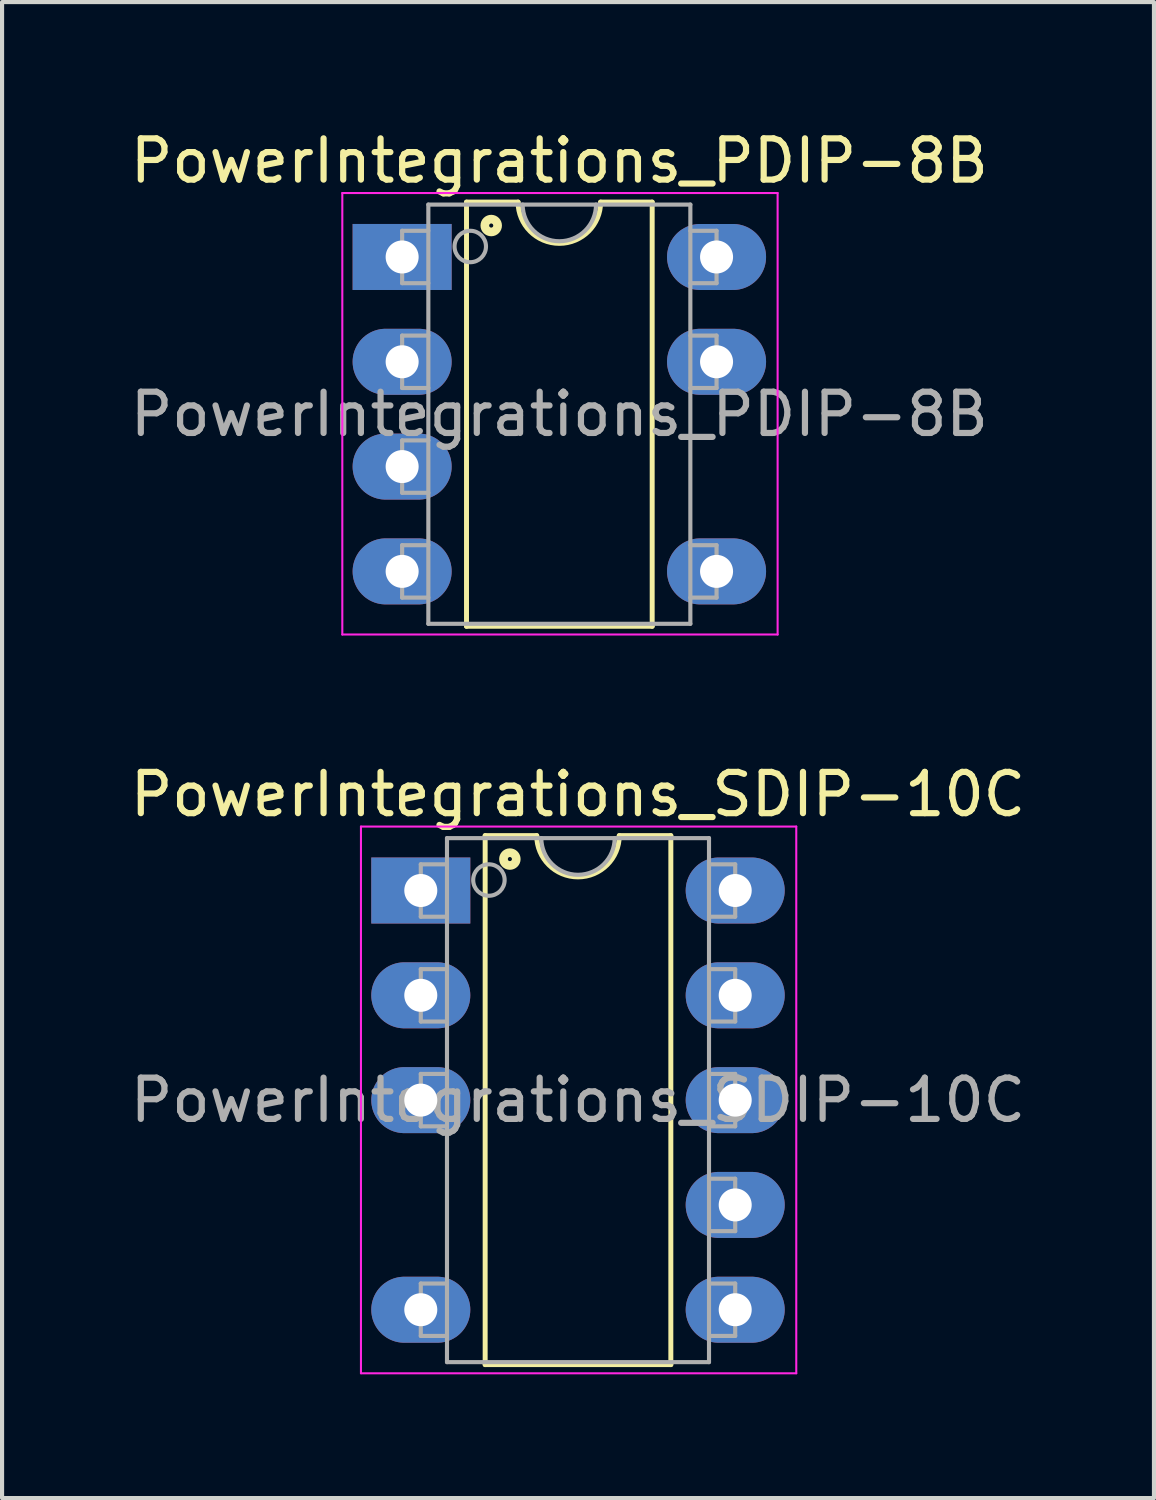
<source format=kicad_pcb>
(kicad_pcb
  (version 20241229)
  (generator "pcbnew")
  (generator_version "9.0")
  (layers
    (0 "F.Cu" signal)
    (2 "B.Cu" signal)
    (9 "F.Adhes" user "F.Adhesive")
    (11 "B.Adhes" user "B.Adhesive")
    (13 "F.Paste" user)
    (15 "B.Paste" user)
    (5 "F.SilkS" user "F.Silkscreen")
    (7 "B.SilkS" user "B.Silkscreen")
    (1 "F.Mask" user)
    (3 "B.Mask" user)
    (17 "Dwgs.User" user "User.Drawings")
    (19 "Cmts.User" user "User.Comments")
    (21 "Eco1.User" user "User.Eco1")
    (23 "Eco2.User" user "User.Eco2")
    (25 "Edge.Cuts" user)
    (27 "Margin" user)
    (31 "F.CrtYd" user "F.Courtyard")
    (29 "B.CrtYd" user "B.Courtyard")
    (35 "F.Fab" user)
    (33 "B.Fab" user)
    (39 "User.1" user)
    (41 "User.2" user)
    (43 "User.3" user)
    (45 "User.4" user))
  (footprint "PowerIntegrations_SDIP-10C"
    (layer "F.Cu")
    (at 7.148 18.532)
    (property "Reference" "PowerIntegrations_SDIP-10C" (at 3.81 -2.33 0) (layer "F.SilkS") (effects (font (size 1 1) (thickness 0.15))))
    (attr through_hole)
    (fp_line (start 1.56 -1.33) (end 1.56 11.49) (stroke (width 0.12) (type solid)) (layer "F.SilkS"))
    (fp_line (start 1.56 11.49) (end 6.06 11.49) (stroke (width 0.12) (type solid)) (layer "F.SilkS"))
    (fp_line (start 2.81 -1.33) (end 1.56 -1.33) (stroke (width 0.12) (type solid)) (layer "F.SilkS"))
    (fp_line (start 6.06 -1.33) (end 4.81 -1.33) (stroke (width 0.12) (type solid)) (layer "F.SilkS"))
    (fp_line (start 6.06 11.49) (end 6.06 -1.33) (stroke (width 0.12) (type solid)) (layer "F.SilkS"))
    (fp_arc (start 4.81 -1.33) (mid 3.81 -0.33) (end 2.81 -1.33) (stroke (width 0.12) (type solid)) (layer "F.SilkS"))
    (fp_circle (center 2.159 -0.762) (end 2.209 -0.762) (stroke (width 0.12) (type solid)) (fill no) (layer "F.SilkS"))
    (fp_circle (center 2.159 -0.762) (end 2.284 -0.762) (stroke (width 0.12) (type solid)) (fill no) (layer "F.SilkS"))
    (fp_circle (center 2.159 -0.762) (end 2.359 -0.762) (stroke (width 0.12) (type solid)) (fill no) (layer "F.SilkS"))
    (fp_line (start -1.45 -1.55) (end -1.45 11.7) (stroke (width 0.05) (type solid)) (layer "F.CrtYd"))
    (fp_line (start -1.45 11.7) (end 9.1 11.7) (stroke (width 0.05) (type solid)) (layer "F.CrtYd"))
    (fp_line (start 9.1 -1.55) (end -1.45 -1.55) (stroke (width 0.05) (type solid)) (layer "F.CrtYd"))
    (fp_line (start 9.1 11.7) (end 9.1 -1.55) (stroke (width 0.05) (type solid)) (layer "F.CrtYd"))
    (fp_line (start 0 -0.635) (end 0 0.635) (stroke (width 0.1) (type solid)) (layer "F.Fab"))
    (fp_line (start 0 -0.635) (end 0.635 -0.635) (stroke (width 0.1) (type solid)) (layer "F.Fab"))
    (fp_line (start 0 0.635) (end 0.635 0.635) (stroke (width 0.1) (type solid)) (layer "F.Fab"))
    (fp_line (start 0 1.905) (end 0 3.175) (stroke (width 0.1) (type solid)) (layer "F.Fab"))
    (fp_line (start 0 1.905) (end 0.635 1.905) (stroke (width 0.1) (type solid)) (layer "F.Fab"))
    (fp_line (start 0 3.175) (end 0.635 3.175) (stroke (width 0.1) (type solid)) (layer "F.Fab"))
    (fp_line (start 0 4.445) (end 0 5.715) (stroke (width 0.1) (type solid)) (layer "F.Fab"))
    (fp_line (start 0 4.445) (end 0.635 4.445) (stroke (width 0.1) (type solid)) (layer "F.Fab"))
    (fp_line (start 0 5.715) (end 0.635 5.715) (stroke (width 0.1) (type solid)) (layer "F.Fab"))
    (fp_line (start 0 9.525) (end 0 10.795) (stroke (width 0.1) (type solid)) (layer "F.Fab"))
    (fp_line (start 0 9.525) (end 0.635 9.525) (stroke (width 0.1) (type solid)) (layer "F.Fab"))
    (fp_line (start 0 10.795) (end 0.635 10.795) (stroke (width 0.1) (type solid)) (layer "F.Fab"))
    (fp_line (start 0.635 -1.27) (end 6.985 -1.27) (stroke (width 0.1) (type solid)) (layer "F.Fab"))
    (fp_line (start 0.635 11.43) (end 0.635 -1.27) (stroke (width 0.1) (type solid)) (layer "F.Fab"))
    (fp_line (start 6.985 -1.27) (end 6.985 11.43) (stroke (width 0.1) (type solid)) (layer "F.Fab"))
    (fp_line (start 6.985 11.43) (end 0.635 11.43) (stroke (width 0.1) (type solid)) (layer "F.Fab"))
    (fp_line (start 7.62 -0.635) (end 6.985 -0.635) (stroke (width 0.1) (type solid)) (layer "F.Fab"))
    (fp_line (start 7.62 0.635) (end 6.985 0.635) (stroke (width 0.1) (type solid)) (layer "F.Fab"))
    (fp_line (start 7.62 0.635) (end 7.62 -0.635) (stroke (width 0.1) (type solid)) (layer "F.Fab"))
    (fp_line (start 7.62 1.905) (end 6.985 1.905) (stroke (width 0.1) (type solid)) (layer "F.Fab"))
    (fp_line (start 7.62 3.175) (end 6.985 3.175) (stroke (width 0.1) (type solid)) (layer "F.Fab"))
    (fp_line (start 7.62 3.175) (end 7.62 1.905) (stroke (width 0.1) (type solid)) (layer "F.Fab"))
    (fp_line (start 7.62 4.445) (end 6.985 4.445) (stroke (width 0.1) (type solid)) (layer "F.Fab"))
    (fp_line (start 7.62 5.715) (end 6.985 5.715) (stroke (width 0.1) (type solid)) (layer "F.Fab"))
    (fp_line (start 7.62 5.715) (end 7.62 4.445) (stroke (width 0.1) (type solid)) (layer "F.Fab"))
    (fp_line (start 7.62 6.985) (end 6.985 6.985) (stroke (width 0.1) (type solid)) (layer "F.Fab"))
    (fp_line (start 7.62 8.255) (end 6.985 8.255) (stroke (width 0.1) (type solid)) (layer "F.Fab"))
    (fp_line (start 7.62 8.255) (end 7.62 6.985) (stroke (width 0.1) (type solid)) (layer "F.Fab"))
    (fp_line (start 7.62 9.525) (end 6.985 9.525) (stroke (width 0.1) (type solid)) (layer "F.Fab"))
    (fp_line (start 7.62 10.795) (end 6.985 10.795) (stroke (width 0.1) (type solid)) (layer "F.Fab"))
    (fp_line (start 7.62 10.795) (end 7.62 9.525) (stroke (width 0.1) (type solid)) (layer "F.Fab"))
    (fp_arc (start 4.699 -1.27) (mid 3.81 -0.381) (end 2.921 -1.27) (stroke (width 0.1) (type solid)) (layer "F.Fab"))
    (fp_circle (center 1.651 -0.254) (end 2.032 -0.254) (stroke (width 0.1) (type solid)) (fill no) (layer "F.Fab"))
    (fp_text user "${REFERENCE}" (at 3.81 5.08 0) (layer "F.Fab") (effects (font (size 1 1) (thickness 0.15))))
    (pad "1" thru_hole rect (at 0 0) (size 2.4 1.6) (drill 0.8) (layers "*.Cu" "*.Mask"))
    (pad "2" thru_hole oval (at 0 2.54) (size 2.4 1.6) (drill 0.8) (layers "*.Cu" "*.Mask"))
    (pad "3" thru_hole oval (at 0 5.08) (size 2.4 1.6) (drill 0.8) (layers "*.Cu" "*.Mask"))
    (pad "5" thru_hole oval (at 0 10.16) (size 2.4 1.6) (drill 0.8) (layers "*.Cu" "*.Mask"))
    (pad "6" thru_hole oval (at 7.62 10.16) (size 2.4 1.6) (drill 0.8) (layers "*.Cu" "*.Mask"))
    (pad "7" thru_hole oval (at 7.62 7.62) (size 2.4 1.6) (drill 0.8) (layers "*.Cu" "*.Mask"))
    (pad "8" thru_hole oval (at 7.62 5.08) (size 2.4 1.6) (drill 0.8) (layers "*.Cu" "*.Mask"))
    (pad "9" thru_hole oval (at 7.62 2.54) (size 2.4 1.6) (drill 0.8) (layers "*.Cu" "*.Mask"))
    (pad "10" thru_hole oval (at 7.62 0) (size 2.4 1.6) (drill 0.8) (layers "*.Cu" "*.Mask")))
  (footprint "PowerIntegrations_PDIP-8B"
    (layer "F.Cu")
    (at 6.696 3.178)
    (property "Reference" "PowerIntegrations_PDIP-8B" (at 3.81 -2.33 0) (layer "F.SilkS") (effects (font (size 1 1) (thickness 0.15))))
    (attr through_hole)
    (fp_line (start 1.56 -1.33) (end 1.56 8.95) (stroke (width 0.12) (type solid)) (layer "F.SilkS"))
    (fp_line (start 1.56 8.95) (end 6.06 8.95) (stroke (width 0.12) (type solid)) (layer "F.SilkS"))
    (fp_line (start 2.81 -1.33) (end 1.56 -1.33) (stroke (width 0.12) (type solid)) (layer "F.SilkS"))
    (fp_line (start 6.06 -1.33) (end 4.81 -1.33) (stroke (width 0.12) (type solid)) (layer "F.SilkS"))
    (fp_line (start 6.06 8.95) (end 6.06 -1.33) (stroke (width 0.12) (type solid)) (layer "F.SilkS"))
    (fp_arc (start 4.81 -1.33) (mid 3.81 -0.33) (end 2.81 -1.33) (stroke (width 0.12) (type solid)) (layer "F.SilkS"))
    (fp_circle (center 2.159 -0.762) (end 2.209 -0.762) (stroke (width 0.12) (type solid)) (fill no) (layer "F.SilkS"))
    (fp_circle (center 2.159 -0.762) (end 2.284 -0.762) (stroke (width 0.12) (type solid)) (fill no) (layer "F.SilkS"))
    (fp_circle (center 2.159 -0.762) (end 2.359 -0.762) (stroke (width 0.12) (type solid)) (fill no) (layer "F.SilkS"))
    (fp_line (start -1.45 -1.55) (end -1.45 9.15) (stroke (width 0.05) (type solid)) (layer "F.CrtYd"))
    (fp_line (start -1.45 9.15) (end 9.1 9.15) (stroke (width 0.05) (type solid)) (layer "F.CrtYd"))
    (fp_line (start 9.1 -1.55) (end -1.45 -1.55) (stroke (width 0.05) (type solid)) (layer "F.CrtYd"))
    (fp_line (start 9.1 9.15) (end 9.1 -1.55) (stroke (width 0.05) (type solid)) (layer "F.CrtYd"))
    (fp_line (start 0 -0.635) (end 0 0.635) (stroke (width 0.1) (type solid)) (layer "F.Fab"))
    (fp_line (start 0 -0.635) (end 0.635 -0.635) (stroke (width 0.1) (type solid)) (layer "F.Fab"))
    (fp_line (start 0 0.635) (end 0.635 0.635) (stroke (width 0.1) (type solid)) (layer "F.Fab"))
    (fp_line (start 0 1.905) (end 0 3.175) (stroke (width 0.1) (type solid)) (layer "F.Fab"))
    (fp_line (start 0 1.905) (end 0.635 1.905) (stroke (width 0.1) (type solid)) (layer "F.Fab"))
    (fp_line (start 0 3.175) (end 0.635 3.175) (stroke (width 0.1) (type solid)) (layer "F.Fab"))
    (fp_line (start 0 4.445) (end 0 5.715) (stroke (width 0.1) (type solid)) (layer "F.Fab"))
    (fp_line (start 0 4.445) (end 0.635 4.445) (stroke (width 0.1) (type solid)) (layer "F.Fab"))
    (fp_line (start 0 5.715) (end 0.635 5.715) (stroke (width 0.1) (type solid)) (layer "F.Fab"))
    (fp_line (start 0 6.985) (end 0 8.255) (stroke (width 0.1) (type solid)) (layer "F.Fab"))
    (fp_line (start 0 6.985) (end 0.635 6.985) (stroke (width 0.1) (type solid)) (layer "F.Fab"))
    (fp_line (start 0 8.255) (end 0.635 8.255) (stroke (width 0.1) (type solid)) (layer "F.Fab"))
    (fp_line (start 0.635 -1.27) (end 6.985 -1.27) (stroke (width 0.1) (type solid)) (layer "F.Fab"))
    (fp_line (start 0.635 8.89) (end 0.635 -1.27) (stroke (width 0.1) (type solid)) (layer "F.Fab"))
    (fp_line (start 6.985 -1.27) (end 6.985 8.89) (stroke (width 0.1) (type solid)) (layer "F.Fab"))
    (fp_line (start 6.985 8.89) (end 0.635 8.89) (stroke (width 0.1) (type solid)) (layer "F.Fab"))
    (fp_line (start 7.62 -0.635) (end 6.985 -0.635) (stroke (width 0.1) (type solid)) (layer "F.Fab"))
    (fp_line (start 7.62 0.635) (end 6.985 0.635) (stroke (width 0.1) (type solid)) (layer "F.Fab"))
    (fp_line (start 7.62 0.635) (end 7.62 -0.635) (stroke (width 0.1) (type solid)) (layer "F.Fab"))
    (fp_line (start 7.62 1.905) (end 6.985 1.905) (stroke (width 0.1) (type solid)) (layer "F.Fab"))
    (fp_line (start 7.62 3.175) (end 6.985 3.175) (stroke (width 0.1) (type solid)) (layer "F.Fab"))
    (fp_line (start 7.62 3.175) (end 7.62 1.905) (stroke (width 0.1) (type solid)) (layer "F.Fab"))
    (fp_line (start 7.62 6.985) (end 6.985 6.985) (stroke (width 0.1) (type solid)) (layer "F.Fab"))
    (fp_line (start 7.62 8.255) (end 6.985 8.255) (stroke (width 0.1) (type solid)) (layer "F.Fab"))
    (fp_line (start 7.62 8.255) (end 7.62 6.985) (stroke (width 0.1) (type solid)) (layer "F.Fab"))
    (fp_arc (start 4.699 -1.27) (mid 3.81 -0.381) (end 2.921 -1.27) (stroke (width 0.1) (type solid)) (layer "F.Fab"))
    (fp_circle (center 1.651 -0.254) (end 2.032 -0.254) (stroke (width 0.1) (type solid)) (fill no) (layer "F.Fab"))
    (fp_text user "${REFERENCE}" (at 3.81 3.81 0) (layer "F.Fab") (effects (font (size 1 1) (thickness 0.15))))
    (pad "1" thru_hole rect (at 0 0) (size 2.4 1.6) (drill 0.8) (layers "*.Cu" "*.Mask"))
    (pad "2" thru_hole oval (at 0 2.54) (size 2.4 1.6) (drill 0.8) (layers "*.Cu" "*.Mask"))
    (pad "3" thru_hole oval (at 0 5.08) (size 2.4 1.6) (drill 0.8) (layers "*.Cu" "*.Mask"))
    (pad "4" thru_hole oval (at 0 7.62) (size 2.4 1.6) (drill 0.8) (layers "*.Cu" "*.Mask"))
    (pad "5" thru_hole oval (at 7.62 7.62) (size 2.4 1.6) (drill 0.8) (layers "*.Cu" "*.Mask"))
    (pad "7" thru_hole oval (at 7.62 2.54) (size 2.4 1.6) (drill 0.8) (layers "*.Cu" "*.Mask"))
    (pad "8" thru_hole oval (at 7.62 0) (size 2.4 1.6) (drill 0.8) (layers "*.Cu" "*.Mask")))
  (gr_rect
    (start -3 -3)
    (end 24.917 33.257)
    (stroke (width 0.1) (type default))
    (fill no)
    (layer "Edge.Cuts")))
</source>
